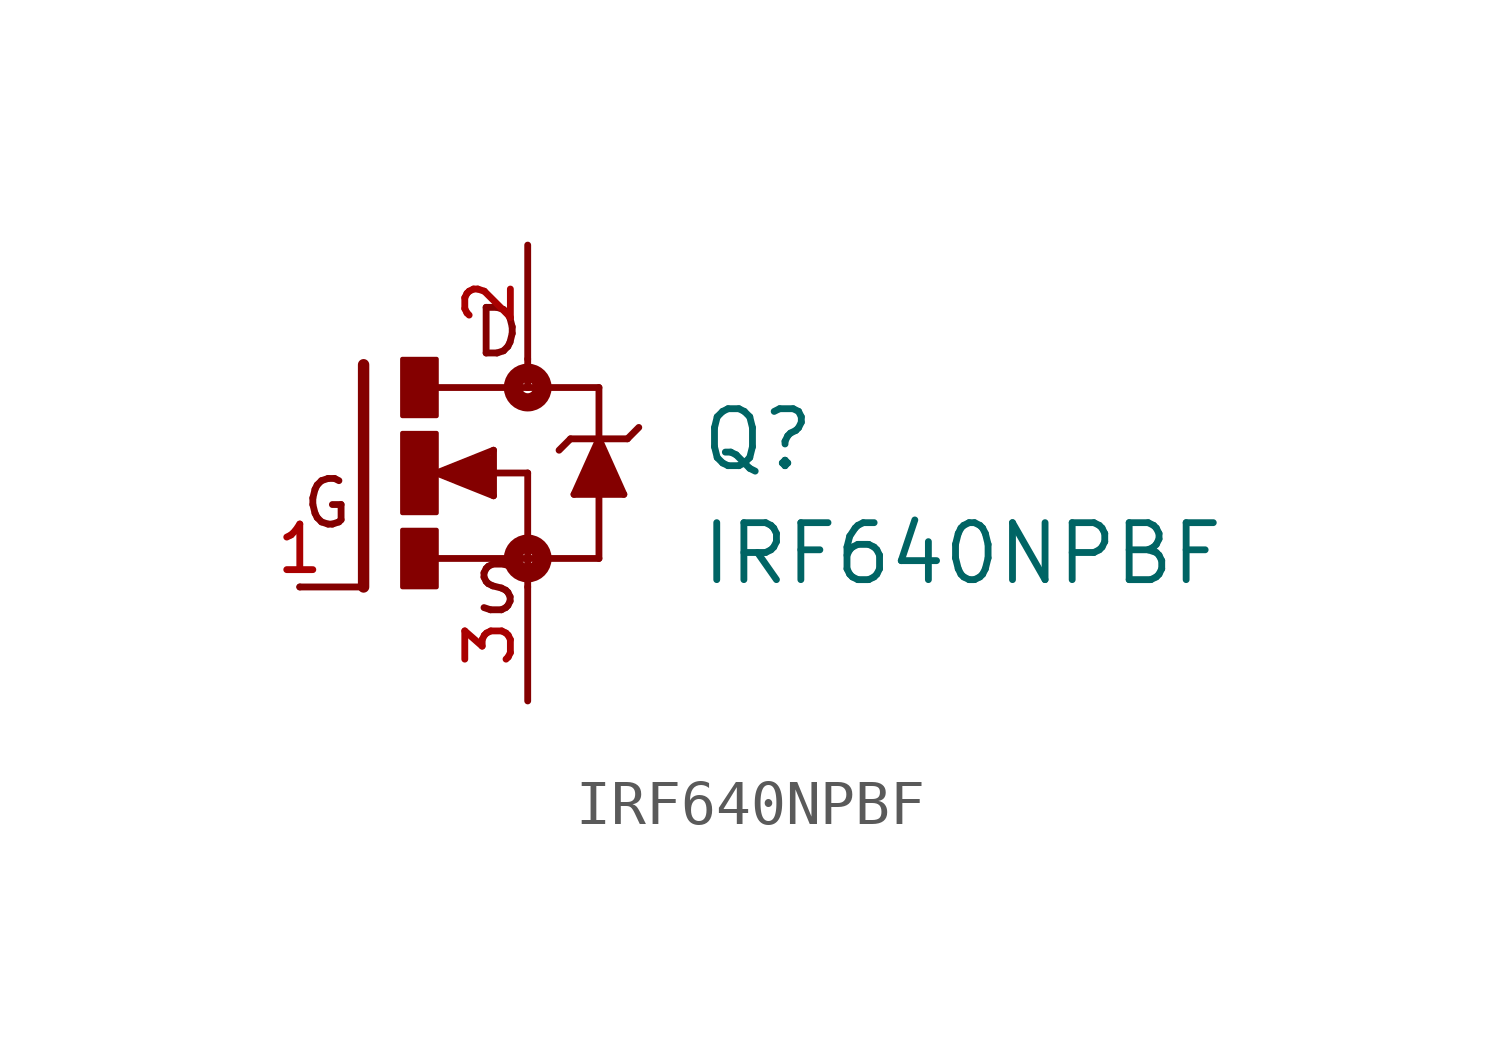
<source format=kicad_sym>
(kicad_symbol_lib
  (version 20211014)
  (generator kicad_symbol_editor)
  (symbol "IRF640NPBF"
    (pin_names
      (offset 1.016))
    (property "Reference" "Q"
      (at 6.361 0.0 0)
      (effects (font (size 1.27 1.27)) (justify bottom left)))
    (property "Value" "IRF640NPBF"
      (at 6.351 -2.54 0)
      (effects (font (size 1.27 1.27)) (justify bottom left)))
    (symbol "IRF640NPBF_0_0"
      (polyline (pts (xy -1.118 2.413) (xy -1.118 -2.54)) (stroke (width 0.254)))
      (polyline (pts (xy -1.118 -2.54) (xy -2.54 -2.54)) (stroke (width 0.152)))
      (polyline (pts (xy 2.54 1.905) (xy 0.533 1.905)) (stroke (width 0.152)))
      (polyline (pts (xy 2.54 0.0) (xy 2.54 -1.905)) (stroke (width 0.152)))
      (polyline (pts (xy 0.508 -1.905) (xy 2.54 -1.905)) (stroke (width 0.152)))
      (polyline (pts (xy 2.54 2.54) (xy 2.54 1.905)) (stroke (width 0.152)))
      (polyline (pts (xy 2.54 1.905) (xy 4.128 1.905)) (stroke (width 0.152)))
      (polyline (pts (xy 4.128 1.905) (xy 4.128 0.762)) (stroke (width 0.152)))
      (polyline (pts (xy 4.128 -1.905) (xy 2.54 -1.905)) (stroke (width 0.152)))
      (polyline (pts (xy 2.54 -1.905) (xy 2.54 -2.54)) (stroke (width 0.152)))
      (polyline (pts (xy 4.128 0.762) (xy 3.572 -0.476)) (stroke (width 0.152)))
      (polyline (pts (xy 3.572 -0.476) (xy 4.128 -0.476)) (stroke (width 0.152)))
      (polyline (pts (xy 4.128 -0.476) (xy 4.683 -0.476)) (stroke (width 0.152)))
      (polyline (pts (xy 4.683 -0.476) (xy 4.128 0.762)) (stroke (width 0.152)))
      (polyline (pts (xy 3.493 0.762) (xy 4.128 0.762)) (stroke (width 0.152)))
      (polyline (pts (xy 4.128 0.762) (xy 4.763 0.762)) (stroke (width 0.152)))
      (polyline (pts (xy 4.763 0.762) (xy 5.016 1.016)) (stroke (width 0.152)))
      (polyline (pts (xy 3.493 0.762) (xy 3.239 0.508)) (stroke (width 0.152)))
      (polyline (pts (xy 0.508 0.0) (xy 1.778 -0.508)) (stroke (width 0.152)))
      (polyline (pts (xy 1.778 -0.508) (xy 1.778 0.508)) (stroke (width 0.152)))
      (polyline (pts (xy 1.778 0.508) (xy 0.508 0.0)) (stroke (width 0.152)))
      (polyline (pts (xy 1.651 0.0) (xy 2.54 0.0)) (stroke (width 0.152)))
      (polyline (pts (xy 1.651 0.254) (xy 0.762 0.0)) (stroke (width 0.305)))
      (polyline (pts (xy 0.762 0.0) (xy 1.651 -0.254)) (stroke (width 0.305)))
      (polyline (pts (xy 1.651 -0.254) (xy 1.651 0.0)) (stroke (width 0.305)))
      (polyline (pts (xy 1.651 0.0) (xy 1.397 0.0)) (stroke (width 0.305)))
      (polyline (pts (xy 4.128 -0.476) (xy 4.128 -1.905)) (stroke (width 0.152)))
      (circle (center 2.54 -1.905) (radius 0.127) (stroke (width 0.406)) (fill (type none)))
      (circle (center 2.54 1.905) (radius 0.127) (stroke (width 0.406)) (fill (type none)))
      (text "D" (at 1.271 2.543 0) (effects (font (size 1.017 1.017)) (justify bottom left)))
      (text "S" (at 1.272 -3.181 0) (effects (font (size 1.018 1.018)) (justify bottom left)))
      (text "G" (at -2.543 -1.271 0) (effects (font (size 1.017 1.017)) (justify bottom left)))
      (rectangle (start -0.254 -2.542) (end 0.508 -1.27) (stroke (width 0.1)) (fill (type outline)))
      (rectangle (start -0.254 1.272) (end 0.508 2.54) (stroke (width 0.1)) (fill (type outline)))
      (rectangle (start -0.254 -0.89) (end 0.508 0.889) (stroke (width 0.1)) (fill (type outline)))
      (polyline (pts (xy 4.128 0.635) (xy 3.651 -0.397) (xy 4.604 -0.397) (xy 4.128 0.635)) (stroke (width 0.152)) (fill (type outline)))
      (pin passive line (at -2.54 -2.54 0) (length 0) (name "~" (effects (font (size 1.016 1.016)))) (number "1" (effects (font (size 1.016 1.016)))))
      (pin passive line (at 2.54 5.08 270.0) (length 2.54) (name "~" (effects (font (size 1.016 1.016)))) (number "2" (effects (font (size 1.016 1.016)))))
      (pin passive line (at 2.54 -5.08 90.0) (length 2.54) (name "~" (effects (font (size 1.016 1.016)))) (number "3" (effects (font (size 1.016 1.016))))))))
</source>
